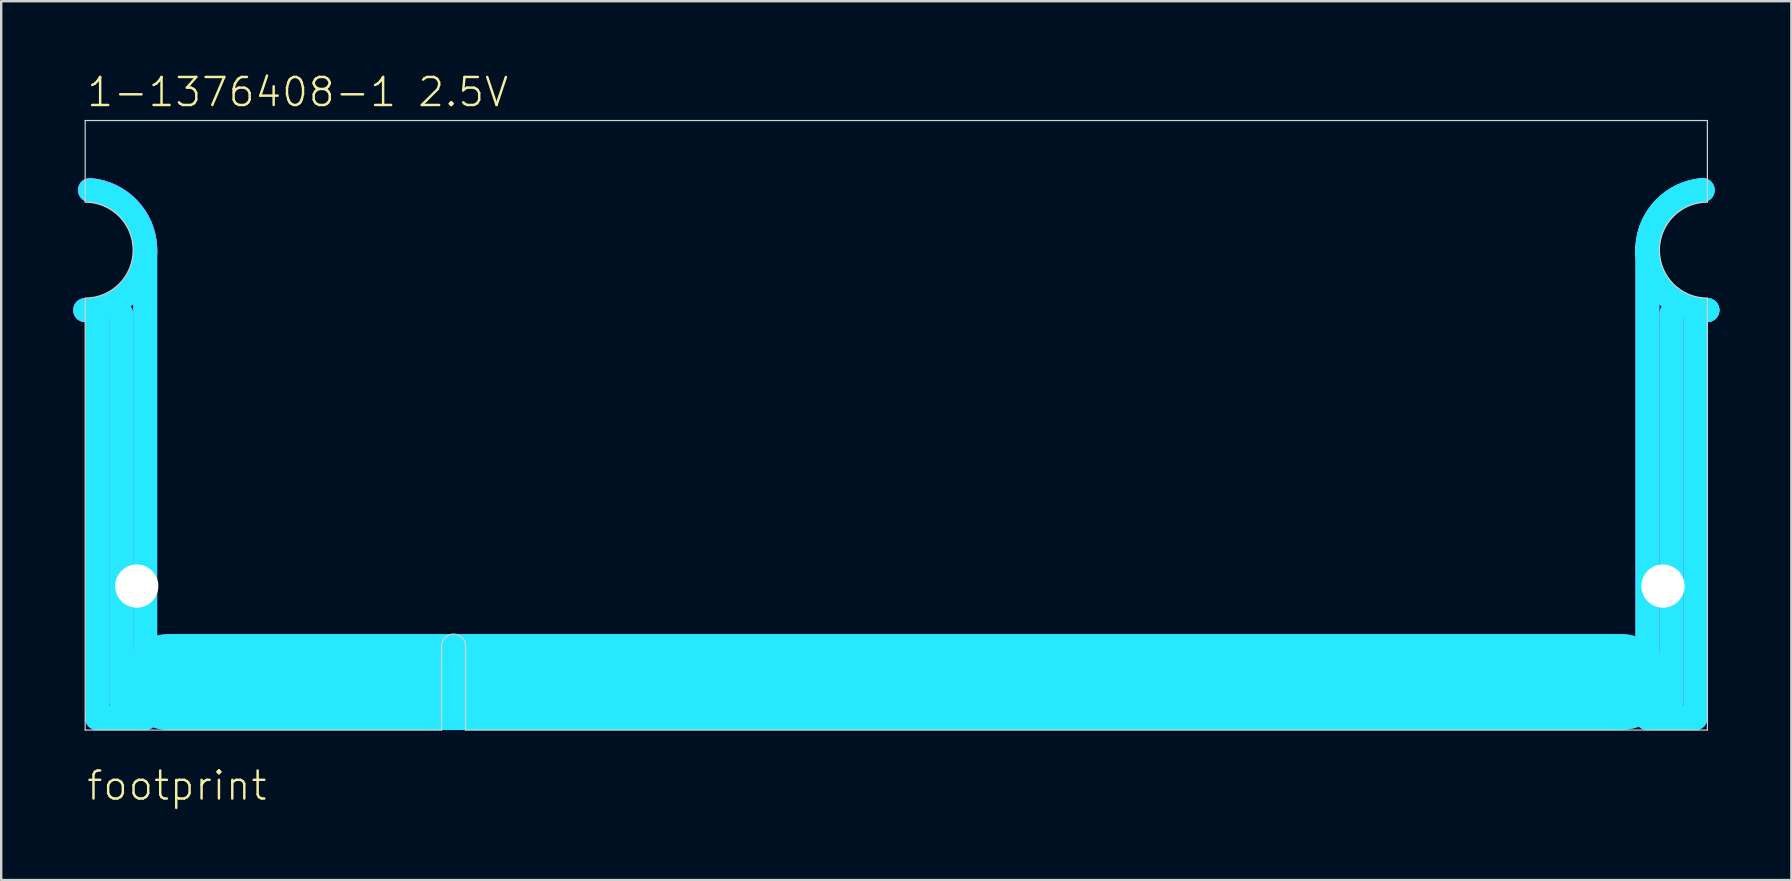
<source format=kicad_pcb>
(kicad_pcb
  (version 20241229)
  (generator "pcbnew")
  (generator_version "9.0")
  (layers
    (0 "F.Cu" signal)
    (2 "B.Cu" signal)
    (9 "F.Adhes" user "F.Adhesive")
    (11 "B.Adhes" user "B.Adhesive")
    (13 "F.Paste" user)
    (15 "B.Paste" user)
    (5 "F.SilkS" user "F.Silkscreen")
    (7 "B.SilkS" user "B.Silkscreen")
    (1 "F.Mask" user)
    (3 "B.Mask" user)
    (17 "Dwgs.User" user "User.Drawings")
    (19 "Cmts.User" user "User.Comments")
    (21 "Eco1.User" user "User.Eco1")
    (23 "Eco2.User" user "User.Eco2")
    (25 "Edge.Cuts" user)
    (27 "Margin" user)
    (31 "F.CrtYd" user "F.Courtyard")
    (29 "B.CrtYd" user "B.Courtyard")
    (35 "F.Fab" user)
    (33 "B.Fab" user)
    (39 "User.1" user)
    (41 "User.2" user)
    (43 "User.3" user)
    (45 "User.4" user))
  (footprint "footprint"
    (layer "F.Cu")
    (at 0.5 27.373)
    (property "Reference" "footprint" (at 0 3 0) (layer "F.SilkS") (effects (font (size 1.168 1.168) (thickness 0.102)) (justify left bottom)))
    (fp_line (start 1.5 1.25) (end 66.75 1.25) (stroke (width 0.4) (type solid)) (layer "F.Mask"))
    (fp_line (start 2.15 -2.35) (end 2.15 1.15) (stroke (width 0.45) (type solid)) (layer "F.Mask"))
    (fp_line (start 2.75 -2.35) (end 2.75 1.15) (stroke (width 0.45) (type solid)) (layer "F.Mask"))
    (fp_line (start 3.35 -2.35) (end 3.35 1.15) (stroke (width 0.45) (type solid)) (layer "F.Mask"))
    (fp_line (start 3.95 -2.35) (end 3.95 1.15) (stroke (width 0.45) (type solid)) (layer "F.Mask"))
    (fp_line (start 4.55 -2.35) (end 4.55 1.15) (stroke (width 0.45) (type solid)) (layer "F.Mask"))
    (fp_line (start 5.15 -2.35) (end 5.15 1.15) (stroke (width 0.45) (type solid)) (layer "F.Mask"))
    (fp_line (start 5.75 -2.35) (end 5.75 1.15) (stroke (width 0.45) (type solid)) (layer "F.Mask"))
    (fp_line (start 6.35 -2.35) (end 6.35 1.15) (stroke (width 0.45) (type solid)) (layer "F.Mask"))
    (fp_line (start 6.95 -2.35) (end 6.95 1.15) (stroke (width 0.45) (type solid)) (layer "F.Mask"))
    (fp_line (start 7.55 -2.35) (end 7.55 1.15) (stroke (width 0.45) (type solid)) (layer "F.Mask"))
    (fp_line (start 8.15 -2.35) (end 8.15 1.15) (stroke (width 0.45) (type solid)) (layer "F.Mask"))
    (fp_line (start 8.75 -2.35) (end 8.75 1.15) (stroke (width 0.45) (type solid)) (layer "F.Mask"))
    (fp_line (start 9.35 -2.35) (end 9.35 1.15) (stroke (width 0.45) (type solid)) (layer "F.Mask"))
    (fp_line (start 9.95 -2.35) (end 9.95 1.15) (stroke (width 0.45) (type solid)) (layer "F.Mask"))
    (fp_line (start 10.55 -2.35) (end 10.55 1.15) (stroke (width 0.45) (type solid)) (layer "F.Mask"))
    (fp_line (start 11.15 -2.35) (end 11.15 1.15) (stroke (width 0.45) (type solid)) (layer "F.Mask"))
    (fp_line (start 11.75 -2.35) (end 11.75 1.15) (stroke (width 0.45) (type solid)) (layer "F.Mask"))
    (fp_line (start 12.35 -2.35) (end 12.35 1.15) (stroke (width 0.45) (type solid)) (layer "F.Mask"))
    (fp_line (start 12.95 -2.35) (end 12.95 1.15) (stroke (width 0.45) (type solid)) (layer "F.Mask"))
    (fp_line (start 13.55 -2.35) (end 13.55 1.15) (stroke (width 0.45) (type solid)) (layer "F.Mask"))
    (fp_line (start 17.75 -2.35) (end 17.75 1.15) (stroke (width 0.45) (type solid)) (layer "F.Mask"))
    (fp_line (start 18.35 -2.35) (end 18.35 1.15) (stroke (width 0.45) (type solid)) (layer "F.Mask"))
    (fp_line (start 18.95 -2.35) (end 18.95 1.15) (stroke (width 0.45) (type solid)) (layer "F.Mask"))
    (fp_line (start 19.55 -2.35) (end 19.55 1.15) (stroke (width 0.45) (type solid)) (layer "F.Mask"))
    (fp_line (start 20.15 -2.35) (end 20.15 1.15) (stroke (width 0.45) (type solid)) (layer "F.Mask"))
    (fp_line (start 20.75 -2.35) (end 20.75 1.15) (stroke (width 0.45) (type solid)) (layer "F.Mask"))
    (fp_line (start 21.35 -2.35) (end 21.35 1.15) (stroke (width 0.45) (type solid)) (layer "F.Mask"))
    (fp_line (start 21.95 -2.35) (end 21.95 1.15) (stroke (width 0.45) (type solid)) (layer "F.Mask"))
    (fp_line (start 22.55 -2.35) (end 22.55 1.15) (stroke (width 0.45) (type solid)) (layer "F.Mask"))
    (fp_line (start 23.15 -2.35) (end 23.15 1.15) (stroke (width 0.45) (type solid)) (layer "F.Mask"))
    (fp_line (start 23.75 -2.35) (end 23.75 1.15) (stroke (width 0.45) (type solid)) (layer "F.Mask"))
    (fp_line (start 24.35 -2.35) (end 24.35 1.15) (stroke (width 0.45) (type solid)) (layer "F.Mask"))
    (fp_line (start 24.95 -2.35) (end 24.95 1.15) (stroke (width 0.45) (type solid)) (layer "F.Mask"))
    (fp_line (start 25.55 -2.35) (end 25.55 1.15) (stroke (width 0.45) (type solid)) (layer "F.Mask"))
    (fp_line (start 26.15 -2.35) (end 26.15 1.15) (stroke (width 0.45) (type solid)) (layer "F.Mask"))
    (fp_line (start 26.75 -2.35) (end 26.75 1.15) (stroke (width 0.45) (type solid)) (layer "F.Mask"))
    (fp_line (start 27.35 -2.35) (end 27.35 1.15) (stroke (width 0.45) (type solid)) (layer "F.Mask"))
    (fp_line (start 27.95 -2.35) (end 27.95 1.15) (stroke (width 0.45) (type solid)) (layer "F.Mask"))
    (fp_line (start 28.55 -2.35) (end 28.55 1.15) (stroke (width 0.45) (type solid)) (layer "F.Mask"))
    (fp_line (start 29.15 -2.35) (end 29.15 1.15) (stroke (width 0.45) (type solid)) (layer "F.Mask"))
    (fp_line (start 29.75 -2.35) (end 29.75 1.15) (stroke (width 0.45) (type solid)) (layer "F.Mask"))
    (fp_line (start 30.35 -2.35) (end 30.35 1.15) (stroke (width 0.45) (type solid)) (layer "F.Mask"))
    (fp_line (start 30.95 -2.35) (end 30.95 1.15) (stroke (width 0.45) (type solid)) (layer "F.Mask"))
    (fp_line (start 31.55 -2.35) (end 31.55 1.15) (stroke (width 0.45) (type solid)) (layer "F.Mask"))
    (fp_line (start 32.15 -2.35) (end 32.15 1.15) (stroke (width 0.45) (type solid)) (layer "F.Mask"))
    (fp_line (start 32.75 -2.35) (end 32.75 1.15) (stroke (width 0.45) (type solid)) (layer "F.Mask"))
    (fp_line (start 33.35 -2.35) (end 33.35 1.15) (stroke (width 0.45) (type solid)) (layer "F.Mask"))
    (fp_line (start 33.95 -2.35) (end 33.95 1.15) (stroke (width 0.45) (type solid)) (layer "F.Mask"))
    (fp_line (start 34.55 -2.35) (end 34.55 1.15) (stroke (width 0.45) (type solid)) (layer "F.Mask"))
    (fp_line (start 35.15 -2.35) (end 35.15 1.15) (stroke (width 0.45) (type solid)) (layer "F.Mask"))
    (fp_line (start 35.75 -2.35) (end 35.75 1.15) (stroke (width 0.45) (type solid)) (layer "F.Mask"))
    (fp_line (start 36.35 -2.35) (end 36.35 1.15) (stroke (width 0.45) (type solid)) (layer "F.Mask"))
    (fp_line (start 36.95 -2.35) (end 36.95 1.15) (stroke (width 0.45) (type solid)) (layer "F.Mask"))
    (fp_line (start 37.55 -2.35) (end 37.55 1.15) (stroke (width 0.45) (type solid)) (layer "F.Mask"))
    (fp_line (start 38.15 -2.35) (end 38.15 1.15) (stroke (width 0.45) (type solid)) (layer "F.Mask"))
    (fp_line (start 38.75 -2.35) (end 38.75 1.15) (stroke (width 0.45) (type solid)) (layer "F.Mask"))
    (fp_line (start 39.35 -2.35) (end 39.35 1.15) (stroke (width 0.45) (type solid)) (layer "F.Mask"))
    (fp_line (start 39.95 -2.35) (end 39.95 1.15) (stroke (width 0.45) (type solid)) (layer "F.Mask"))
    (fp_line (start 40.55 -2.35) (end 40.55 1.15) (stroke (width 0.45) (type solid)) (layer "F.Mask"))
    (fp_line (start 41.15 -2.35) (end 41.15 1.15) (stroke (width 0.45) (type solid)) (layer "F.Mask"))
    (fp_line (start 41.75 -2.35) (end 41.75 1.15) (stroke (width 0.45) (type solid)) (layer "F.Mask"))
    (fp_line (start 42.35 -2.35) (end 42.35 1.15) (stroke (width 0.45) (type solid)) (layer "F.Mask"))
    (fp_line (start 42.95 -2.35) (end 42.95 1.15) (stroke (width 0.45) (type solid)) (layer "F.Mask"))
    (fp_line (start 43.55 -2.35) (end 43.55 1.15) (stroke (width 0.45) (type solid)) (layer "F.Mask"))
    (fp_line (start 44.15 -2.35) (end 44.15 1.15) (stroke (width 0.45) (type solid)) (layer "F.Mask"))
    (fp_line (start 44.75 -2.35) (end 44.75 1.15) (stroke (width 0.45) (type solid)) (layer "F.Mask"))
    (fp_line (start 45.35 -2.35) (end 45.35 1.15) (stroke (width 0.45) (type solid)) (layer "F.Mask"))
    (fp_line (start 45.95 -2.35) (end 45.95 1.15) (stroke (width 0.45) (type solid)) (layer "F.Mask"))
    (fp_line (start 46.55 -2.35) (end 46.55 1.15) (stroke (width 0.45) (type solid)) (layer "F.Mask"))
    (fp_line (start 47.15 -2.35) (end 47.15 1.15) (stroke (width 0.45) (type solid)) (layer "F.Mask"))
    (fp_line (start 47.75 -2.35) (end 47.75 1.15) (stroke (width 0.45) (type solid)) (layer "F.Mask"))
    (fp_line (start 48.35 -2.35) (end 48.35 1.15) (stroke (width 0.45) (type solid)) (layer "F.Mask"))
    (fp_line (start 48.95 -2.35) (end 48.95 1.15) (stroke (width 0.45) (type solid)) (layer "F.Mask"))
    (fp_line (start 49.55 -2.35) (end 49.55 1.15) (stroke (width 0.45) (type solid)) (layer "F.Mask"))
    (fp_line (start 50.15 -2.35) (end 50.15 1.15) (stroke (width 0.45) (type solid)) (layer "F.Mask"))
    (fp_line (start 50.75 -2.35) (end 50.75 1.15) (stroke (width 0.45) (type solid)) (layer "F.Mask"))
    (fp_line (start 51.35 -2.35) (end 51.35 1.15) (stroke (width 0.45) (type solid)) (layer "F.Mask"))
    (fp_line (start 51.95 -2.35) (end 51.95 1.15) (stroke (width 0.45) (type solid)) (layer "F.Mask"))
    (fp_line (start 52.55 -2.35) (end 52.55 1.15) (stroke (width 0.45) (type solid)) (layer "F.Mask"))
    (fp_line (start 53.15 -2.35) (end 53.15 1.15) (stroke (width 0.45) (type solid)) (layer "F.Mask"))
    (fp_line (start 53.75 -2.35) (end 53.75 1.15) (stroke (width 0.45) (type solid)) (layer "F.Mask"))
    (fp_line (start 54.35 -2.35) (end 54.35 1.15) (stroke (width 0.45) (type solid)) (layer "F.Mask"))
    (fp_line (start 54.95 -2.35) (end 54.95 1.15) (stroke (width 0.45) (type solid)) (layer "F.Mask"))
    (fp_line (start 55.55 -2.35) (end 55.55 1.15) (stroke (width 0.45) (type solid)) (layer "F.Mask"))
    (fp_line (start 56.15 -2.35) (end 56.15 1.15) (stroke (width 0.45) (type solid)) (layer "F.Mask"))
    (fp_line (start 56.75 -2.35) (end 56.75 1.15) (stroke (width 0.45) (type solid)) (layer "F.Mask"))
    (fp_line (start 57.35 -2.35) (end 57.35 1.15) (stroke (width 0.45) (type solid)) (layer "F.Mask"))
    (fp_line (start 57.95 -2.35) (end 57.95 1.15) (stroke (width 0.45) (type solid)) (layer "F.Mask"))
    (fp_line (start 58.55 -2.35) (end 58.55 1.15) (stroke (width 0.45) (type solid)) (layer "F.Mask"))
    (fp_line (start 59.15 -2.35) (end 59.15 1.15) (stroke (width 0.45) (type solid)) (layer "F.Mask"))
    (fp_line (start 59.75 -2.35) (end 59.75 1.15) (stroke (width 0.45) (type solid)) (layer "F.Mask"))
    (fp_line (start 60.35 -2.35) (end 60.35 1.15) (stroke (width 0.45) (type solid)) (layer "F.Mask"))
    (fp_line (start 60.95 -2.35) (end 60.95 1.15) (stroke (width 0.45) (type solid)) (layer "F.Mask"))
    (fp_line (start 61.55 -2.35) (end 61.55 1.15) (stroke (width 0.45) (type solid)) (layer "F.Mask"))
    (fp_line (start 62.15 -2.35) (end 62.15 1.15) (stroke (width 0.45) (type solid)) (layer "F.Mask"))
    (fp_line (start 62.75 -2.35) (end 62.75 1.15) (stroke (width 0.45) (type solid)) (layer "F.Mask"))
    (fp_line (start 63.35 -2.35) (end 63.35 1.15) (stroke (width 0.45) (type solid)) (layer "F.Mask"))
    (fp_line (start 63.95 -2.35) (end 63.95 1.15) (stroke (width 0.45) (type solid)) (layer "F.Mask"))
    (fp_line (start 64.55 -2.35) (end 64.55 1.15) (stroke (width 0.45) (type solid)) (layer "F.Mask"))
    (fp_line (start 65.15 -2.35) (end 65.15 1.15) (stroke (width 0.45) (type solid)) (layer "F.Mask"))
    (fp_line (start 2.15 1.15) (end 2.15 -2.35) (stroke (width 0.45) (type solid)) (layer "B.Mask"))
    (fp_line (start 2.75 1.15) (end 2.75 -2.35) (stroke (width 0.45) (type solid)) (layer "B.Mask"))
    (fp_line (start 3.35 1.15) (end 3.35 -2.35) (stroke (width 0.45) (type solid)) (layer "B.Mask"))
    (fp_line (start 3.95 1.15) (end 3.95 -2.35) (stroke (width 0.45) (type solid)) (layer "B.Mask"))
    (fp_line (start 4.55 1.15) (end 4.55 -2.35) (stroke (width 0.45) (type solid)) (layer "B.Mask"))
    (fp_line (start 5.15 1.15) (end 5.15 -2.35) (stroke (width 0.45) (type solid)) (layer "B.Mask"))
    (fp_line (start 5.75 1.15) (end 5.75 -2.35) (stroke (width 0.45) (type solid)) (layer "B.Mask"))
    (fp_line (start 6.35 1.15) (end 6.35 -2.35) (stroke (width 0.45) (type solid)) (layer "B.Mask"))
    (fp_line (start 6.95 1.15) (end 6.95 -2.35) (stroke (width 0.45) (type solid)) (layer "B.Mask"))
    (fp_line (start 7.55 1.15) (end 7.55 -2.35) (stroke (width 0.45) (type solid)) (layer "B.Mask"))
    (fp_line (start 8.15 1.15) (end 8.15 -2.35) (stroke (width 0.45) (type solid)) (layer "B.Mask"))
    (fp_line (start 8.75 1.15) (end 8.75 -2.35) (stroke (width 0.45) (type solid)) (layer "B.Mask"))
    (fp_line (start 9.35 1.15) (end 9.35 -2.35) (stroke (width 0.45) (type solid)) (layer "B.Mask"))
    (fp_line (start 9.95 1.15) (end 9.95 -2.35) (stroke (width 0.45) (type solid)) (layer "B.Mask"))
    (fp_line (start 10.55 1.15) (end 10.55 -2.35) (stroke (width 0.45) (type solid)) (layer "B.Mask"))
    (fp_line (start 11.15 1.15) (end 11.15 -2.35) (stroke (width 0.45) (type solid)) (layer "B.Mask"))
    (fp_line (start 11.75 1.15) (end 11.75 -2.35) (stroke (width 0.45) (type solid)) (layer "B.Mask"))
    (fp_line (start 12.35 1.15) (end 12.35 -2.35) (stroke (width 0.45) (type solid)) (layer "B.Mask"))
    (fp_line (start 12.95 1.15) (end 12.95 -2.35) (stroke (width 0.45) (type solid)) (layer "B.Mask"))
    (fp_line (start 13.55 1.15) (end 13.55 -2.35) (stroke (width 0.45) (type solid)) (layer "B.Mask"))
    (fp_line (start 17.75 1.15) (end 17.75 -2.35) (stroke (width 0.45) (type solid)) (layer "B.Mask"))
    (fp_line (start 18.35 1.15) (end 18.35 -2.35) (stroke (width 0.45) (type solid)) (layer "B.Mask"))
    (fp_line (start 18.95 1.15) (end 18.95 -2.35) (stroke (width 0.45) (type solid)) (layer "B.Mask"))
    (fp_line (start 19.55 1.15) (end 19.55 -2.35) (stroke (width 0.45) (type solid)) (layer "B.Mask"))
    (fp_line (start 20.15 1.15) (end 20.15 -2.35) (stroke (width 0.45) (type solid)) (layer "B.Mask"))
    (fp_line (start 20.75 1.15) (end 20.75 -2.35) (stroke (width 0.45) (type solid)) (layer "B.Mask"))
    (fp_line (start 21.35 1.15) (end 21.35 -2.35) (stroke (width 0.45) (type solid)) (layer "B.Mask"))
    (fp_line (start 21.95 1.15) (end 21.95 -2.35) (stroke (width 0.45) (type solid)) (layer "B.Mask"))
    (fp_line (start 22.55 1.15) (end 22.55 -2.35) (stroke (width 0.45) (type solid)) (layer "B.Mask"))
    (fp_line (start 23.15 1.15) (end 23.15 -2.35) (stroke (width 0.45) (type solid)) (layer "B.Mask"))
    (fp_line (start 23.75 1.15) (end 23.75 -2.35) (stroke (width 0.45) (type solid)) (layer "B.Mask"))
    (fp_line (start 24.35 1.15) (end 24.35 -2.35) (stroke (width 0.45) (type solid)) (layer "B.Mask"))
    (fp_line (start 24.95 1.15) (end 24.95 -2.35) (stroke (width 0.45) (type solid)) (layer "B.Mask"))
    (fp_line (start 25.55 1.15) (end 25.55 -2.35) (stroke (width 0.45) (type solid)) (layer "B.Mask"))
    (fp_line (start 26.15 1.15) (end 26.15 -2.35) (stroke (width 0.45) (type solid)) (layer "B.Mask"))
    (fp_line (start 26.75 1.15) (end 26.75 -2.35) (stroke (width 0.45) (type solid)) (layer "B.Mask"))
    (fp_line (start 27.35 1.15) (end 27.35 -2.35) (stroke (width 0.45) (type solid)) (layer "B.Mask"))
    (fp_line (start 27.95 1.15) (end 27.95 -2.35) (stroke (width 0.45) (type solid)) (layer "B.Mask"))
    (fp_line (start 28.55 1.15) (end 28.55 -2.35) (stroke (width 0.45) (type solid)) (layer "B.Mask"))
    (fp_line (start 29.15 1.15) (end 29.15 -2.35) (stroke (width 0.45) (type solid)) (layer "B.Mask"))
    (fp_line (start 29.75 1.15) (end 29.75 -2.35) (stroke (width 0.45) (type solid)) (layer "B.Mask"))
    (fp_line (start 30.35 1.15) (end 30.35 -2.35) (stroke (width 0.45) (type solid)) (layer "B.Mask"))
    (fp_line (start 30.95 1.15) (end 30.95 -2.35) (stroke (width 0.45) (type solid)) (layer "B.Mask"))
    (fp_line (start 31.55 1.15) (end 31.55 -2.35) (stroke (width 0.45) (type solid)) (layer "B.Mask"))
    (fp_line (start 32.15 1.15) (end 32.15 -2.35) (stroke (width 0.45) (type solid)) (layer "B.Mask"))
    (fp_line (start 32.75 1.15) (end 32.75 -2.35) (stroke (width 0.45) (type solid)) (layer "B.Mask"))
    (fp_line (start 33.35 1.15) (end 33.35 -2.35) (stroke (width 0.45) (type solid)) (layer "B.Mask"))
    (fp_line (start 33.95 1.15) (end 33.95 -2.35) (stroke (width 0.45) (type solid)) (layer "B.Mask"))
    (fp_line (start 34.55 1.15) (end 34.55 -2.35) (stroke (width 0.45) (type solid)) (layer "B.Mask"))
    (fp_line (start 35.15 1.15) (end 35.15 -2.35) (stroke (width 0.45) (type solid)) (layer "B.Mask"))
    (fp_line (start 35.75 1.15) (end 35.75 -2.35) (stroke (width 0.45) (type solid)) (layer "B.Mask"))
    (fp_line (start 36.35 1.15) (end 36.35 -2.35) (stroke (width 0.45) (type solid)) (layer "B.Mask"))
    (fp_line (start 36.95 1.15) (end 36.95 -2.35) (stroke (width 0.45) (type solid)) (layer "B.Mask"))
    (fp_line (start 37.55 1.15) (end 37.55 -2.35) (stroke (width 0.45) (type solid)) (layer "B.Mask"))
    (fp_line (start 38.15 1.15) (end 38.15 -2.35) (stroke (width 0.45) (type solid)) (layer "B.Mask"))
    (fp_line (start 38.75 1.15) (end 38.75 -2.35) (stroke (width 0.45) (type solid)) (layer "B.Mask"))
    (fp_line (start 39.35 1.15) (end 39.35 -2.35) (stroke (width 0.45) (type solid)) (layer "B.Mask"))
    (fp_line (start 39.95 1.15) (end 39.95 -2.35) (stroke (width 0.45) (type solid)) (layer "B.Mask"))
    (fp_line (start 40.55 1.15) (end 40.55 -2.35) (stroke (width 0.45) (type solid)) (layer "B.Mask"))
    (fp_line (start 41.15 1.15) (end 41.15 -2.35) (stroke (width 0.45) (type solid)) (layer "B.Mask"))
    (fp_line (start 41.75 1.15) (end 41.75 -2.35) (stroke (width 0.45) (type solid)) (layer "B.Mask"))
    (fp_line (start 42.35 1.15) (end 42.35 -2.35) (stroke (width 0.45) (type solid)) (layer "B.Mask"))
    (fp_line (start 42.95 1.15) (end 42.95 -2.35) (stroke (width 0.45) (type solid)) (layer "B.Mask"))
    (fp_line (start 43.55 1.15) (end 43.55 -2.35) (stroke (width 0.45) (type solid)) (layer "B.Mask"))
    (fp_line (start 44.15 1.15) (end 44.15 -2.35) (stroke (width 0.45) (type solid)) (layer "B.Mask"))
    (fp_line (start 44.75 1.15) (end 44.75 -2.35) (stroke (width 0.45) (type solid)) (layer "B.Mask"))
    (fp_line (start 45.35 1.15) (end 45.35 -2.35) (stroke (width 0.45) (type solid)) (layer "B.Mask"))
    (fp_line (start 45.95 1.15) (end 45.95 -2.35) (stroke (width 0.45) (type solid)) (layer "B.Mask"))
    (fp_line (start 46.55 1.15) (end 46.55 -2.35) (stroke (width 0.45) (type solid)) (layer "B.Mask"))
    (fp_line (start 47.15 1.15) (end 47.15 -2.35) (stroke (width 0.45) (type solid)) (layer "B.Mask"))
    (fp_line (start 47.75 1.15) (end 47.75 -2.35) (stroke (width 0.45) (type solid)) (layer "B.Mask"))
    (fp_line (start 48.35 1.15) (end 48.35 -2.35) (stroke (width 0.45) (type solid)) (layer "B.Mask"))
    (fp_line (start 48.95 1.15) (end 48.95 -2.35) (stroke (width 0.45) (type solid)) (layer "B.Mask"))
    (fp_line (start 49.55 1.15) (end 49.55 -2.35) (stroke (width 0.45) (type solid)) (layer "B.Mask"))
    (fp_line (start 50.15 1.15) (end 50.15 -2.35) (stroke (width 0.45) (type solid)) (layer "B.Mask"))
    (fp_line (start 50.75 1.15) (end 50.75 -2.35) (stroke (width 0.45) (type solid)) (layer "B.Mask"))
    (fp_line (start 51.35 1.15) (end 51.35 -2.35) (stroke (width 0.45) (type solid)) (layer "B.Mask"))
    (fp_line (start 51.95 1.15) (end 51.95 -2.35) (stroke (width 0.45) (type solid)) (layer "B.Mask"))
    (fp_line (start 52.55 1.15) (end 52.55 -2.35) (stroke (width 0.45) (type solid)) (layer "B.Mask"))
    (fp_line (start 53.15 1.15) (end 53.15 -2.35) (stroke (width 0.45) (type solid)) (layer "B.Mask"))
    (fp_line (start 53.75 1.15) (end 53.75 -2.35) (stroke (width 0.45) (type solid)) (layer "B.Mask"))
    (fp_line (start 54.35 1.15) (end 54.35 -2.35) (stroke (width 0.45) (type solid)) (layer "B.Mask"))
    (fp_line (start 54.95 1.15) (end 54.95 -2.35) (stroke (width 0.45) (type solid)) (layer "B.Mask"))
    (fp_line (start 55.55 1.15) (end 55.55 -2.35) (stroke (width 0.45) (type solid)) (layer "B.Mask"))
    (fp_line (start 56.15 1.15) (end 56.15 -2.35) (stroke (width 0.45) (type solid)) (layer "B.Mask"))
    (fp_line (start 56.75 1.15) (end 56.75 -2.35) (stroke (width 0.45) (type solid)) (layer "B.Mask"))
    (fp_line (start 57.35 1.15) (end 57.35 -2.35) (stroke (width 0.45) (type solid)) (layer "B.Mask"))
    (fp_line (start 57.95 1.15) (end 57.95 -2.35) (stroke (width 0.45) (type solid)) (layer "B.Mask"))
    (fp_line (start 58.55 1.15) (end 58.55 -2.35) (stroke (width 0.45) (type solid)) (layer "B.Mask"))
    (fp_line (start 59.15 1.15) (end 59.15 -2.35) (stroke (width 0.45) (type solid)) (layer "B.Mask"))
    (fp_line (start 59.75 1.15) (end 59.75 -2.35) (stroke (width 0.45) (type solid)) (layer "B.Mask"))
    (fp_line (start 60.35 1.15) (end 60.35 -2.35) (stroke (width 0.45) (type solid)) (layer "B.Mask"))
    (fp_line (start 60.95 1.15) (end 60.95 -2.35) (stroke (width 0.45) (type solid)) (layer "B.Mask"))
    (fp_line (start 61.55 1.15) (end 61.55 -2.35) (stroke (width 0.45) (type solid)) (layer "B.Mask"))
    (fp_line (start 62.15 1.15) (end 62.15 -2.35) (stroke (width 0.45) (type solid)) (layer "B.Mask"))
    (fp_line (start 62.75 1.15) (end 62.75 -2.35) (stroke (width 0.45) (type solid)) (layer "B.Mask"))
    (fp_line (start 63.35 1.15) (end 63.35 -2.35) (stroke (width 0.45) (type solid)) (layer "B.Mask"))
    (fp_line (start 63.95 1.15) (end 63.95 -2.35) (stroke (width 0.45) (type solid)) (layer "B.Mask"))
    (fp_line (start 64.55 1.15) (end 64.55 -2.35) (stroke (width 0.45) (type solid)) (layer "B.Mask"))
    (fp_line (start 65.15 1.15) (end 65.15 -2.35) (stroke (width 0.45) (type solid)) (layer "B.Mask"))
    (fp_line (start 66.75 1.25) (end 1.5 1.25) (stroke (width 0.4) (type solid)) (layer "B.Mask"))
    (fp_line (start 0 -25.4) (end 0 -22) (stroke (width 0.05) (type solid)) (layer "Edge.Cuts"))
    (fp_line (start 0 -25.4) (end 67.6 -25.4) (stroke (width 0.05) (type solid)) (layer "Edge.Cuts"))
    (fp_line (start 0 -18) (end 0 0) (stroke (width 0.05) (type solid)) (layer "Edge.Cuts"))
    (fp_line (start 14.85 0) (end 0 0) (stroke (width 0.05) (type solid)) (layer "Edge.Cuts"))
    (fp_line (start 14.85 0) (end 14.85 -3.5) (stroke (width 0.05) (type solid)) (layer "Edge.Cuts"))
    (fp_line (start 15.85 0) (end 15.85 -3.5) (stroke (width 0.05) (type solid)) (layer "Edge.Cuts"))
    (fp_line (start 15.85 0) (end 67.6 0) (stroke (width 0.05) (type solid)) (layer "Edge.Cuts"))
    (fp_line (start 67.6 -22) (end 67.6 -25.4) (stroke (width 0.05) (type solid)) (layer "Edge.Cuts"))
    (fp_line (start 67.6 0) (end 67.6 -18) (stroke (width 0.05) (type solid)) (layer "Edge.Cuts"))
    (fp_arc (start 0 -22) (mid 2 -20) (end 0 -18) (stroke (width 0.05) (type solid)) (layer "Edge.Cuts"))
    (fp_arc (start 14.85 -3.5) (mid 15.35 -4) (end 15.85 -3.5) (stroke (width 0.05) (type solid)) (layer "Edge.Cuts"))
    (fp_arc (start 67.6 -18) (mid 65.6 -20) (end 67.6 -22) (stroke (width 0.05) (type solid)) (layer "Edge.Cuts"))
    (fp_line (start 0.5 -0.5) (end 0.5 -17.55) (stroke (width 1) (type solid)) (layer "B.CrtYd"))
    (fp_line (start 1.5 -17.35) (end 1.5 -1.15) (stroke (width 1) (type solid)) (layer "B.CrtYd"))
    (fp_line (start 2.5 -20) (end 2.5 -0.5) (stroke (width 1) (type solid)) (layer "B.CrtYd"))
    (fp_line (start 2.5 -0.5) (end 0.5 -0.5) (stroke (width 1) (type solid)) (layer "B.CrtYd"))
    (fp_line (start 64 -2) (end 3.5 -2) (stroke (width 4) (type solid)) (layer "B.CrtYd"))
    (fp_line (start 65.1 -20) (end 65.1 -0.5) (stroke (width 1) (type solid)) (layer "B.CrtYd"))
    (fp_line (start 65.1 -0.5) (end 67.1 -0.5) (stroke (width 1) (type solid)) (layer "B.CrtYd"))
    (fp_line (start 66.1 -17.35) (end 66.1 -1.15) (stroke (width 1) (type solid)) (layer "B.CrtYd"))
    (fp_line (start 67.1 -0.5) (end 67.1 -17.55) (stroke (width 1) (type solid)) (layer "B.CrtYd"))
    (fp_arc (start 0.2 -22.5) (mid 1.802154 -21.733314) (end 2.5 -20.1) (stroke (width 1) (type solid)) (layer "B.CrtYd"))
    (fp_arc (start 2.499999 -19.999999) (mid 1.779499 -18.2205) (end 0 -17.5) (stroke (width 1) (type solid)) (layer "B.CrtYd"))
    (fp_arc (start 65.1 -20.1) (mid 65.797846 -21.733314) (end 67.4 -22.5) (stroke (width 1) (type solid)) (layer "B.CrtYd"))
    (fp_arc (start 65.1 -20.1) (mid 65.797846 -21.733314) (end 67.4 -22.5) (stroke (width 1) (type solid)) (layer "B.CrtYd"))
    (fp_arc (start 65.1 -20.1) (mid 65.797846 -21.733314) (end 67.4 -22.5) (stroke (width 1) (type solid)) (layer "B.CrtYd"))
    (fp_arc (start 67.6 -17.5) (mid 65.820501 -18.220499) (end 65.1 -19.999998) (stroke (width 1) (type solid)) (layer "B.CrtYd"))
    (fp_arc (start 67.6 -17.5) (mid 65.820501 -18.220499) (end 65.1 -19.999998) (stroke (width 1) (type solid)) (layer "B.CrtYd"))
    (fp_arc (start 67.6 -17.5) (mid 65.820501 -18.220499) (end 65.1 -19.999998) (stroke (width 1) (type solid)) (layer "B.CrtYd"))
    (fp_line (start 0.5 -0.5) (end 0.5 -17.55) (stroke (width 1) (type solid)) (layer "F.CrtYd"))
    (fp_line (start 1.5 -17.35) (end 1.5 -1.15) (stroke (width 1) (type solid)) (layer "F.CrtYd"))
    (fp_line (start 2.5 -20) (end 2.5 -0.5) (stroke (width 1) (type solid)) (layer "F.CrtYd"))
    (fp_line (start 2.5 -0.5) (end 0.5 -0.5) (stroke (width 1) (type solid)) (layer "F.CrtYd"))
    (fp_line (start 3.5 -2) (end 64 -2) (stroke (width 4) (type solid)) (layer "F.CrtYd"))
    (fp_line (start 65.1 -20) (end 65.1 -0.5) (stroke (width 1) (type solid)) (layer "F.CrtYd"))
    (fp_line (start 65.1 -0.5) (end 67.1 -0.5) (stroke (width 1) (type solid)) (layer "F.CrtYd"))
    (fp_line (start 66.1 -17.35) (end 66.1 -1.15) (stroke (width 1) (type solid)) (layer "F.CrtYd"))
    (fp_line (start 67.1 -0.5) (end 67.1 -17.55) (stroke (width 1) (type solid)) (layer "F.CrtYd"))
    (fp_arc (start 0.2 -22.5) (mid 1.802154 -21.733314) (end 2.5 -20.1) (stroke (width 1) (type solid)) (layer "F.CrtYd"))
    (fp_arc (start 0.2 -22.5) (mid 1.802154 -21.733314) (end 2.5 -20.1) (stroke (width 1) (type solid)) (layer "F.CrtYd"))
    (fp_arc (start 0.2 -22.5) (mid 1.802154 -21.733314) (end 2.5 -20.1) (stroke (width 1) (type solid)) (layer "F.CrtYd"))
    (fp_arc (start 2.499999 -19.999999) (mid 1.779499 -18.2205) (end 0 -17.5) (stroke (width 1) (type solid)) (layer "F.CrtYd"))
    (fp_arc (start 2.499999 -19.999999) (mid 1.779499 -18.2205) (end 0 -17.5) (stroke (width 1) (type solid)) (layer "F.CrtYd"))
    (fp_arc (start 2.499999 -19.999999) (mid 1.779499 -18.2205) (end 0 -17.5) (stroke (width 1) (type solid)) (layer "F.CrtYd"))
    (fp_arc (start 65.1 -20.1) (mid 65.797846 -21.733314) (end 67.4 -22.5) (stroke (width 1) (type solid)) (layer "F.CrtYd"))
    (fp_arc (start 67.6 -17.5) (mid 65.820501 -18.220499) (end 65.1 -19.999998) (stroke (width 1) (type solid)) (layer "F.CrtYd"))
    (fp_text user "1-1376408-1 2.5V" (at 0 -25.9 0) (layer "F.SilkS") (effects (font (size 1.168 1.168) (thickness 0.102)) (justify left bottom)))
    (pad "" np_thru_hole circle (at 2.15 -6) (size 1.8 1.8) (drill 1.8) (layers "*.Cu" "*.Mask"))
    (pad "" np_thru_hole circle (at 65.75 -6) (size 1.8 1.8) (drill 1.8) (layers "*.Cu" "*.Mask"))
    (pad "1" smd rect (at 2.15 -1.4) (size 0.45 2.3) (layers "F.Cu" "F.Mask" "F.Paste"))
    (pad "2" smd rect (at 2.15 -1.4 180) (size 0.45 2.3) (layers "B.Cu" "B.Mask" "B.Paste"))
    (pad "3" smd rect (at 2.75 -1.4) (size 0.45 2.3) (layers "F.Cu" "F.Mask" "F.Paste"))
    (pad "4" smd rect (at 2.75 -1.4 180) (size 0.45 2.3) (layers "B.Cu" "B.Mask" "B.Paste"))
    (pad "5" smd rect (at 3.35 -1.4) (size 0.45 2.3) (layers "F.Cu" "F.Mask" "F.Paste"))
    (pad "6" smd rect (at 3.35 -1.4 180) (size 0.45 2.3) (layers "B.Cu" "B.Mask" "B.Paste"))
    (pad "7" smd rect (at 3.95 -1.4) (size 0.45 2.3) (layers "F.Cu" "F.Mask" "F.Paste"))
    (pad "8" smd rect (at 3.95 -1.4 180) (size 0.45 2.3) (layers "B.Cu" "B.Mask" "B.Paste"))
    (pad "9" smd rect (at 4.55 -1.4) (size 0.45 2.3) (layers "F.Cu" "F.Mask" "F.Paste"))
    (pad "10" smd rect (at 4.55 -1.4 180) (size 0.45 2.3) (layers "B.Cu" "B.Mask" "B.Paste"))
    (pad "11" smd rect (at 5.15 -1.4) (size 0.45 2.3) (layers "F.Cu" "F.Mask" "F.Paste"))
    (pad "12" smd rect (at 5.15 -1.4 180) (size 0.45 2.3) (layers "B.Cu" "B.Mask" "B.Paste"))
    (pad "13" smd rect (at 5.75 -1.4) (size 0.45 2.3) (layers "F.Cu" "F.Mask" "F.Paste"))
    (pad "14" smd rect (at 5.75 -1.4 180) (size 0.45 2.3) (layers "B.Cu" "B.Mask" "B.Paste"))
    (pad "15" smd rect (at 6.35 -1.4) (size 0.45 2.3) (layers "F.Cu" "F.Mask" "F.Paste"))
    (pad "16" smd rect (at 6.35 -1.4 180) (size 0.45 2.3) (layers "B.Cu" "B.Mask" "B.Paste"))
    (pad "17" smd rect (at 6.95 -1.4) (size 0.45 2.3) (layers "F.Cu" "F.Mask" "F.Paste"))
    (pad "18" smd rect (at 6.95 -1.4 180) (size 0.45 2.3) (layers "B.Cu" "B.Mask" "B.Paste"))
    (pad "19" smd rect (at 7.55 -1.4) (size 0.45 2.3) (layers "F.Cu" "F.Mask" "F.Paste"))
    (pad "20" smd rect (at 7.55 -1.4 180) (size 0.45 2.3) (layers "B.Cu" "B.Mask" "B.Paste"))
    (pad "21" smd rect (at 8.15 -1.4) (size 0.45 2.3) (layers "F.Cu" "F.Mask" "F.Paste"))
    (pad "22" smd rect (at 8.15 -1.4 180) (size 0.45 2.3) (layers "B.Cu" "B.Mask" "B.Paste"))
    (pad "23" smd rect (at 8.75 -1.4) (size 0.45 2.3) (layers "F.Cu" "F.Mask" "F.Paste"))
    (pad "24" smd rect (at 8.75 -1.4 180) (size 0.45 2.3) (layers "B.Cu" "B.Mask" "B.Paste"))
    (pad "25" smd rect (at 9.35 -1.4) (size 0.45 2.3) (layers "F.Cu" "F.Mask" "F.Paste"))
    (pad "26" smd rect (at 9.35 -1.4 180) (size 0.45 2.3) (layers "B.Cu" "B.Mask" "B.Paste"))
    (pad "27" smd rect (at 9.95 -1.4) (size 0.45 2.3) (layers "F.Cu" "F.Mask" "F.Paste"))
    (pad "28" smd rect (at 9.95 -1.4 180) (size 0.45 2.3) (layers "B.Cu" "B.Mask" "B.Paste"))
    (pad "29" smd rect (at 10.55 -1.4) (size 0.45 2.3) (layers "F.Cu" "F.Mask" "F.Paste"))
    (pad "30" smd rect (at 10.55 -1.4 180) (size 0.45 2.3) (layers "B.Cu" "B.Mask" "B.Paste"))
    (pad "31" smd rect (at 11.15 -1.4) (size 0.45 2.3) (layers "F.Cu" "F.Mask" "F.Paste"))
    (pad "32" smd rect (at 11.15 -1.4 180) (size 0.45 2.3) (layers "B.Cu" "B.Mask" "B.Paste"))
    (pad "33" smd rect (at 11.75 -1.4) (size 0.45 2.3) (layers "F.Cu" "F.Mask" "F.Paste"))
    (pad "34" smd rect (at 11.75 -1.4 180) (size 0.45 2.3) (layers "B.Cu" "B.Mask" "B.Paste"))
    (pad "35" smd rect (at 12.35 -1.4) (size 0.45 2.3) (layers "F.Cu" "F.Mask" "F.Paste"))
    (pad "36" smd rect (at 12.35 -1.4 180) (size 0.45 2.3) (layers "B.Cu" "B.Mask" "B.Paste"))
    (pad "37" smd rect (at 12.95 -1.4) (size 0.45 2.3) (layers "F.Cu" "F.Mask" "F.Paste"))
    (pad "38" smd rect (at 12.95 -1.4 180) (size 0.45 2.3) (layers "B.Cu" "B.Mask" "B.Paste"))
    (pad "39" smd rect (at 13.55 -1.4) (size 0.45 2.3) (layers "F.Cu" "F.Mask" "F.Paste"))
    (pad "40" smd rect (at 13.55 -1.4 180) (size 0.45 2.3) (layers "B.Cu" "B.Mask" "B.Paste"))
    (pad "41" smd rect (at 17.75 -1.4) (size 0.45 2.3) (layers "F.Cu" "F.Mask" "F.Paste"))
    (pad "42" smd rect (at 17.75 -1.4 180) (size 0.45 2.3) (layers "B.Cu" "B.Mask" "B.Paste"))
    (pad "43" smd rect (at 18.35 -1.4) (size 0.45 2.3) (layers "F.Cu" "F.Mask" "F.Paste"))
    (pad "44" smd rect (at 18.35 -1.4 180) (size 0.45 2.3) (layers "B.Cu" "B.Mask" "B.Paste"))
    (pad "45" smd rect (at 18.95 -1.4) (size 0.45 2.3) (layers "F.Cu" "F.Mask" "F.Paste"))
    (pad "46" smd rect (at 18.95 -1.4 180) (size 0.45 2.3) (layers "B.Cu" "B.Mask" "B.Paste"))
    (pad "47" smd rect (at 19.55 -1.4) (size 0.45 2.3) (layers "F.Cu" "F.Mask" "F.Paste"))
    (pad "48" smd rect (at 19.55 -1.4 180) (size 0.45 2.3) (layers "B.Cu" "B.Mask" "B.Paste"))
    (pad "49" smd rect (at 20.15 -1.4) (size 0.45 2.3) (layers "F.Cu" "F.Mask" "F.Paste"))
    (pad "50" smd rect (at 20.15 -1.4 180) (size 0.45 2.3) (layers "B.Cu" "B.Mask" "B.Paste"))
    (pad "51" smd rect (at 20.75 -1.4) (size 0.45 2.3) (layers "F.Cu" "F.Mask" "F.Paste"))
    (pad "52" smd rect (at 20.75 -1.4 180) (size 0.45 2.3) (layers "B.Cu" "B.Mask" "B.Paste"))
    (pad "53" smd rect (at 21.35 -1.4) (size 0.45 2.3) (layers "F.Cu" "F.Mask" "F.Paste"))
    (pad "54" smd rect (at 21.35 -1.4 180) (size 0.45 2.3) (layers "B.Cu" "B.Mask" "B.Paste"))
    (pad "55" smd rect (at 21.95 -1.4) (size 0.45 2.3) (layers "F.Cu" "F.Mask" "F.Paste"))
    (pad "56" smd rect (at 21.95 -1.4 180) (size 0.45 2.3) (layers "B.Cu" "B.Mask" "B.Paste"))
    (pad "57" smd rect (at 22.55 -1.4) (size 0.45 2.3) (layers "F.Cu" "F.Mask" "F.Paste"))
    (pad "58" smd rect (at 22.55 -1.4 180) (size 0.45 2.3) (layers "B.Cu" "B.Mask" "B.Paste"))
    (pad "59" smd rect (at 23.15 -1.4) (size 0.45 2.3) (layers "F.Cu" "F.Mask" "F.Paste"))
    (pad "60" smd rect (at 23.15 -1.4 180) (size 0.45 2.3) (layers "B.Cu" "B.Mask" "B.Paste"))
    (pad "61" smd rect (at 23.75 -1.4) (size 0.45 2.3) (layers "F.Cu" "F.Mask" "F.Paste"))
    (pad "62" smd rect (at 23.75 -1.4) (size 0.45 2.3) (layers "B.Cu" "B.Mask" "B.Paste"))
    (pad "63" smd rect (at 24.35 -1.4) (size 0.45 2.3) (layers "F.Cu" "F.Mask" "F.Paste"))
    (pad "64" smd rect (at 24.35 -1.4 180) (size 0.45 2.3) (layers "B.Cu" "B.Mask" "B.Paste"))
    (pad "65" smd rect (at 24.95 -1.4) (size 0.45 2.3) (layers "F.Cu" "F.Mask" "F.Paste"))
    (pad "66" smd rect (at 24.95 -1.4 180) (size 0.45 2.3) (layers "B.Cu" "B.Mask" "B.Paste"))
    (pad "67" smd rect (at 25.55 -1.4) (size 0.45 2.3) (layers "F.Cu" "F.Mask" "F.Paste"))
    (pad "68" smd rect (at 25.55 -1.4 180) (size 0.45 2.3) (layers "B.Cu" "B.Mask" "B.Paste"))
    (pad "69" smd rect (at 26.15 -1.4) (size 0.45 2.3) (layers "F.Cu" "F.Mask" "F.Paste"))
    (pad "70" smd rect (at 26.15 -1.4 180) (size 0.45 2.3) (layers "B.Cu" "B.Mask" "B.Paste"))
    (pad "71" smd rect (at 26.75 -1.4) (size 0.45 2.3) (layers "F.Cu" "F.Mask" "F.Paste"))
    (pad "72" smd rect (at 26.75 -1.4 180) (size 0.45 2.3) (layers "B.Cu" "B.Mask" "B.Paste"))
    (pad "73" smd rect (at 27.35 -1.4) (size 0.45 2.3) (layers "F.Cu" "F.Mask" "F.Paste"))
    (pad "74" smd rect (at 27.35 -1.4 180) (size 0.45 2.3) (layers "B.Cu" "B.Mask" "B.Paste"))
    (pad "75" smd rect (at 27.95 -1.4) (size 0.45 2.3) (layers "F.Cu" "F.Mask" "F.Paste"))
    (pad "76" smd rect (at 27.95 -1.4 180) (size 0.45 2.3) (layers "B.Cu" "B.Mask" "B.Paste"))
    (pad "77" smd rect (at 28.55 -1.4) (size 0.45 2.3) (layers "F.Cu" "F.Mask" "F.Paste"))
    (pad "78" smd rect (at 28.55 -1.4 180) (size 0.45 2.3) (layers "B.Cu" "B.Mask" "B.Paste"))
    (pad "79" smd rect (at 29.15 -1.4) (size 0.45 2.3) (layers "F.Cu" "F.Mask" "F.Paste"))
    (pad "80" smd rect (at 29.15 -1.4 180) (size 0.45 2.3) (layers "B.Cu" "B.Mask" "B.Paste"))
    (pad "81" smd rect (at 29.75 -1.4) (size 0.45 2.3) (layers "F.Cu" "F.Mask" "F.Paste"))
    (pad "82" smd rect (at 29.75 -1.4 180) (size 0.45 2.3) (layers "B.Cu" "B.Mask" "B.Paste"))
    (pad "83" smd rect (at 30.35 -1.4) (size 0.45 2.3) (layers "F.Cu" "F.Mask" "F.Paste"))
    (pad "84" smd rect (at 30.35 -1.4 180) (size 0.45 2.3) (layers "B.Cu" "B.Mask" "B.Paste"))
    (pad "85" smd rect (at 30.95 -1.4) (size 0.45 2.3) (layers "F.Cu" "F.Mask" "F.Paste"))
    (pad "86" smd rect (at 30.95 -1.4 180) (size 0.45 2.3) (layers "B.Cu" "B.Mask" "B.Paste"))
    (pad "87" smd rect (at 31.55 -1.4) (size 0.45 2.3) (layers "F.Cu" "F.Mask" "F.Paste"))
    (pad "88" smd rect (at 31.55 -1.4 180) (size 0.45 2.3) (layers "B.Cu" "B.Mask" "B.Paste"))
    (pad "89" smd rect (at 32.15 -1.4) (size 0.45 2.3) (layers "F.Cu" "F.Mask" "F.Paste"))
    (pad "90" smd rect (at 32.15 -1.4 180) (size 0.45 2.3) (layers "B.Cu" "B.Mask" "B.Paste"))
    (pad "91" smd rect (at 32.75 -1.4) (size 0.45 2.3) (layers "F.Cu" "F.Mask" "F.Paste"))
    (pad "92" smd rect (at 32.75 -1.4 180) (size 0.45 2.3) (layers "B.Cu" "B.Mask" "B.Paste"))
    (pad "93" smd rect (at 33.35 -1.4) (size 0.45 2.3) (layers "F.Cu" "F.Mask" "F.Paste"))
    (pad "94" smd rect (at 33.35 -1.4 180) (size 0.45 2.3) (layers "B.Cu" "B.Mask" "B.Paste"))
    (pad "95" smd rect (at 33.95 -1.4) (size 0.45 2.3) (layers "F.Cu" "F.Mask" "F.Paste"))
    (pad "96" smd rect (at 33.95 -1.4 180) (size 0.45 2.3) (layers "B.Cu" "B.Mask" "B.Paste"))
    (pad "97" smd rect (at 34.55 -1.4) (size 0.45 2.3) (layers "F.Cu" "F.Mask" "F.Paste"))
    (pad "98" smd rect (at 34.55 -1.4 180) (size 0.45 2.3) (layers "B.Cu" "B.Mask" "B.Paste"))
    (pad "99" smd rect (at 35.15 -1.4) (size 0.45 2.3) (layers "F.Cu" "F.Mask" "F.Paste"))
    (pad "100" smd rect (at 35.15 -1.4 180) (size 0.45 2.3) (layers "B.Cu" "B.Mask" "B.Paste"))
    (pad "101" smd rect (at 35.75 -1.4) (size 0.45 2.3) (layers "F.Cu" "F.Mask" "F.Paste"))
    (pad "102" smd rect (at 35.75 -1.4 180) (size 0.45 2.3) (layers "B.Cu" "B.Mask" "B.Paste"))
    (pad "103" smd rect (at 36.35 -1.4) (size 0.45 2.3) (layers "F.Cu" "F.Mask" "F.Paste"))
    (pad "104" smd rect (at 36.35 -1.4 180) (size 0.45 2.3) (layers "B.Cu" "B.Mask" "B.Paste"))
    (pad "105" smd rect (at 36.95 -1.4) (size 0.45 2.3) (layers "F.Cu" "F.Mask" "F.Paste"))
    (pad "106" smd rect (at 36.95 -1.4 180) (size 0.45 2.3) (layers "B.Cu" "B.Mask" "B.Paste"))
    (pad "107" smd rect (at 37.55 -1.4) (size 0.45 2.3) (layers "F.Cu" "F.Mask" "F.Paste"))
    (pad "108" smd rect (at 37.55 -1.4 180) (size 0.45 2.3) (layers "B.Cu" "B.Mask" "B.Paste"))
    (pad "109" smd rect (at 38.15 -1.4) (size 0.45 2.3) (layers "F.Cu" "F.Mask" "F.Paste"))
    (pad "110" smd rect (at 38.15 -1.4 180) (size 0.45 2.3) (layers "B.Cu" "B.Mask" "B.Paste"))
    (pad "111" smd rect (at 38.75 -1.4) (size 0.45 2.3) (layers "F.Cu" "F.Mask" "F.Paste"))
    (pad "112" smd rect (at 38.75 -1.4 180) (size 0.45 2.3) (layers "B.Cu" "B.Mask" "B.Paste"))
    (pad "113" smd rect (at 39.35 -1.4) (size 0.45 2.3) (layers "F.Cu" "F.Mask" "F.Paste"))
    (pad "114" smd rect (at 39.35 -1.4 180) (size 0.45 2.3) (layers "B.Cu" "B.Mask" "B.Paste"))
    (pad "115" smd rect (at 39.95 -1.4) (size 0.45 2.3) (layers "F.Cu" "F.Mask" "F.Paste"))
    (pad "116" smd rect (at 39.95 -1.4 180) (size 0.45 2.3) (layers "B.Cu" "B.Mask" "B.Paste"))
    (pad "117" smd rect (at 40.55 -1.4) (size 0.45 2.3) (layers "F.Cu" "F.Mask" "F.Paste"))
    (pad "118" smd rect (at 40.55 -1.4 180) (size 0.45 2.3) (layers "B.Cu" "B.Mask" "B.Paste"))
    (pad "119" smd rect (at 41.15 -1.4) (size 0.45 2.3) (layers "F.Cu" "F.Mask" "F.Paste"))
    (pad "120" smd rect (at 41.15 -1.4 180) (size 0.45 2.3) (layers "B.Cu" "B.Mask" "B.Paste"))
    (pad "121" smd rect (at 41.75 -1.4) (size 0.45 2.3) (layers "F.Cu" "F.Mask" "F.Paste"))
    (pad "122" smd rect (at 41.75 -1.4 180) (size 0.45 2.3) (layers "B.Cu" "B.Mask" "B.Paste"))
    (pad "123" smd rect (at 42.35 -1.4) (size 0.45 2.3) (layers "F.Cu" "F.Mask" "F.Paste"))
    (pad "124" smd rect (at 42.35 -1.4 180) (size 0.45 2.3) (layers "B.Cu" "B.Mask" "B.Paste"))
    (pad "125" smd rect (at 42.95 -1.4) (size 0.45 2.3) (layers "F.Cu" "F.Mask" "F.Paste"))
    (pad "126" smd rect (at 42.95 -1.4 180) (size 0.45 2.3) (layers "B.Cu" "B.Mask" "B.Paste"))
    (pad "127" smd rect (at 43.55 -1.4) (size 0.45 2.3) (layers "F.Cu" "F.Mask" "F.Paste"))
    (pad "128" smd rect (at 43.55 -1.4 180) (size 0.45 2.3) (layers "B.Cu" "B.Mask" "B.Paste"))
    (pad "129" smd rect (at 44.15 -1.4) (size 0.45 2.3) (layers "F.Cu" "F.Mask" "F.Paste"))
    (pad "130" smd rect (at 44.15 -1.4 180) (size 0.45 2.3) (layers "B.Cu" "B.Mask" "B.Paste"))
    (pad "131" smd rect (at 44.75 -1.4) (size 0.45 2.3) (layers "F.Cu" "F.Mask" "F.Paste"))
    (pad "132" smd rect (at 44.75 -1.4 180) (size 0.45 2.3) (layers "B.Cu" "B.Mask" "B.Paste"))
    (pad "133" smd rect (at 45.35 -1.4) (size 0.45 2.3) (layers "F.Cu" "F.Mask" "F.Paste"))
    (pad "134" smd rect (at 45.35 -1.4 180) (size 0.45 2.3) (layers "B.Cu" "B.Mask" "B.Paste"))
    (pad "135" smd rect (at 45.95 -1.4) (size 0.45 2.3) (layers "F.Cu" "F.Mask" "F.Paste"))
    (pad "136" smd rect (at 45.95 -1.4 180) (size 0.45 2.3) (layers "B.Cu" "B.Mask" "B.Paste"))
    (pad "137" smd rect (at 46.55 -1.4) (size 0.45 2.3) (layers "F.Cu" "F.Mask" "F.Paste"))
    (pad "138" smd rect (at 46.55 -1.4 180) (size 0.45 2.3) (layers "B.Cu" "B.Mask" "B.Paste"))
    (pad "139" smd rect (at 47.15 -1.4) (size 0.45 2.3) (layers "F.Cu" "F.Mask" "F.Paste"))
    (pad "140" smd rect (at 47.15 -1.4 180) (size 0.45 2.3) (layers "B.Cu" "B.Mask" "B.Paste"))
    (pad "141" smd rect (at 47.75 -1.4) (size 0.45 2.3) (layers "F.Cu" "F.Mask" "F.Paste"))
    (pad "142" smd rect (at 47.75 -1.4 180) (size 0.45 2.3) (layers "B.Cu" "B.Mask" "B.Paste"))
    (pad "143" smd rect (at 48.35 -1.4) (size 0.45 2.3) (layers "F.Cu" "F.Mask" "F.Paste"))
    (pad "144" smd rect (at 48.35 -1.4 180) (size 0.45 2.3) (layers "B.Cu" "B.Mask" "B.Paste"))
    (pad "145" smd rect (at 48.95 -1.4) (size 0.45 2.3) (layers "F.Cu" "F.Mask" "F.Paste"))
    (pad "146" smd rect (at 48.95 -1.4 180) (size 0.45 2.3) (layers "B.Cu" "B.Mask" "B.Paste"))
    (pad "147" smd rect (at 49.55 -1.4) (size 0.45 2.3) (layers "F.Cu" "F.Mask" "F.Paste"))
    (pad "148" smd rect (at 49.55 -1.4 180) (size 0.45 2.3) (layers "B.Cu" "B.Mask" "B.Paste"))
    (pad "149" smd rect (at 50.15 -1.4) (size 0.45 2.3) (layers "F.Cu" "F.Mask" "F.Paste"))
    (pad "150" smd rect (at 50.15 -1.4 180) (size 0.45 2.3) (layers "B.Cu" "B.Mask" "B.Paste"))
    (pad "151" smd rect (at 50.75 -1.4) (size 0.45 2.3) (layers "F.Cu" "F.Mask" "F.Paste"))
    (pad "152" smd rect (at 50.75 -1.4 180) (size 0.45 2.3) (layers "B.Cu" "B.Mask" "B.Paste"))
    (pad "153" smd rect (at 51.35 -1.4) (size 0.45 2.3) (layers "F.Cu" "F.Mask" "F.Paste"))
    (pad "154" smd rect (at 51.35 -1.4 180) (size 0.45 2.3) (layers "B.Cu" "B.Mask" "B.Paste"))
    (pad "155" smd rect (at 51.95 -1.4) (size 0.45 2.3) (layers "F.Cu" "F.Mask" "F.Paste"))
    (pad "156" smd rect (at 51.95 -1.4 180) (size 0.45 2.3) (layers "B.Cu" "B.Mask" "B.Paste"))
    (pad "157" smd rect (at 52.55 -1.4) (size 0.45 2.3) (layers "F.Cu" "F.Mask" "F.Paste"))
    (pad "158" smd rect (at 52.55 -1.4 180) (size 0.45 2.3) (layers "B.Cu" "B.Mask" "B.Paste"))
    (pad "159" smd rect (at 53.15 -1.4) (size 0.45 2.3) (layers "F.Cu" "F.Mask" "F.Paste"))
    (pad "160" smd rect (at 53.15 -1.4 180) (size 0.45 2.3) (layers "B.Cu" "B.Mask" "B.Paste"))
    (pad "161" smd rect (at 53.75 -1.4) (size 0.45 2.3) (layers "F.Cu" "F.Mask" "F.Paste"))
    (pad "162" smd rect (at 53.75 -1.4 180) (size 0.45 2.3) (layers "B.Cu" "B.Mask" "B.Paste"))
    (pad "163" smd rect (at 54.35 -1.4) (size 0.45 2.3) (layers "F.Cu" "F.Mask" "F.Paste"))
    (pad "164" smd rect (at 54.35 -1.4 180) (size 0.45 2.3) (layers "B.Cu" "B.Mask" "B.Paste"))
    (pad "165" smd rect (at 54.95 -1.4) (size 0.45 2.3) (layers "F.Cu" "F.Mask" "F.Paste"))
    (pad "166" smd rect (at 54.95 -1.4 180) (size 0.45 2.3) (layers "B.Cu" "B.Mask" "B.Paste"))
    (pad "167" smd rect (at 55.55 -1.4) (size 0.45 2.3) (layers "F.Cu" "F.Mask" "F.Paste"))
    (pad "168" smd rect (at 55.55 -1.4 180) (size 0.45 2.3) (layers "B.Cu" "B.Mask" "B.Paste"))
    (pad "169" smd rect (at 56.15 -1.4) (size 0.45 2.3) (layers "F.Cu" "F.Mask" "F.Paste"))
    (pad "170" smd rect (at 56.15 -1.4 180) (size 0.45 2.3) (layers "B.Cu" "B.Mask" "B.Paste"))
    (pad "171" smd rect (at 56.75 -1.4) (size 0.45 2.3) (layers "F.Cu" "F.Mask" "F.Paste"))
    (pad "172" smd rect (at 56.75 -1.4 180) (size 0.45 2.3) (layers "B.Cu" "B.Mask" "B.Paste"))
    (pad "173" smd rect (at 57.35 -1.4) (size 0.45 2.3) (layers "F.Cu" "F.Mask" "F.Paste"))
    (pad "174" smd rect (at 57.35 -1.4 180) (size 0.45 2.3) (layers "B.Cu" "B.Mask" "B.Paste"))
    (pad "175" smd rect (at 57.95 -1.4) (size 0.45 2.3) (layers "F.Cu" "F.Mask" "F.Paste"))
    (pad "176" smd rect (at 57.95 -1.4 180) (size 0.45 2.3) (layers "B.Cu" "B.Mask" "B.Paste"))
    (pad "177" smd rect (at 58.55 -1.4) (size 0.45 2.3) (layers "F.Cu" "F.Mask" "F.Paste"))
    (pad "178" smd rect (at 58.55 -1.4 180) (size 0.45 2.3) (layers "B.Cu" "B.Mask" "B.Paste"))
    (pad "179" smd rect (at 59.15 -1.4) (size 0.45 2.3) (layers "F.Cu" "F.Mask" "F.Paste"))
    (pad "180" smd rect (at 59.15 -1.4 180) (size 0.45 2.3) (layers "B.Cu" "B.Mask" "B.Paste"))
    (pad "181" smd rect (at 59.75 -1.4) (size 0.45 2.3) (layers "F.Cu" "F.Mask" "F.Paste"))
    (pad "182" smd rect (at 59.75 -1.4 180) (size 0.45 2.3) (layers "B.Cu" "B.Mask" "B.Paste"))
    (pad "183" smd rect (at 60.35 -1.4) (size 0.45 2.3) (layers "F.Cu" "F.Mask" "F.Paste"))
    (pad "184" smd rect (at 60.35 -1.4 180) (size 0.45 2.3) (layers "B.Cu" "B.Mask" "B.Paste"))
    (pad "185" smd rect (at 60.95 -1.4) (size 0.45 2.3) (layers "F.Cu" "F.Mask" "F.Paste"))
    (pad "186" smd rect (at 60.95 -1.4 180) (size 0.45 2.3) (layers "B.Cu" "B.Mask" "B.Paste"))
    (pad "187" smd rect (at 61.55 -1.4) (size 0.45 2.3) (layers "F.Cu" "F.Mask" "F.Paste"))
    (pad "188" smd rect (at 61.55 -1.4 180) (size 0.45 2.3) (layers "B.Cu" "B.Mask" "B.Paste"))
    (pad "189" smd rect (at 62.15 -1.4) (size 0.45 2.3) (layers "F.Cu" "F.Mask" "F.Paste"))
    (pad "190" smd rect (at 62.15 -1.4 180) (size 0.45 2.3) (layers "B.Cu" "B.Mask" "B.Paste"))
    (pad "191" smd rect (at 62.75 -1.4) (size 0.45 2.3) (layers "F.Cu" "F.Mask" "F.Paste"))
    (pad "192" smd rect (at 62.75 -1.4 180) (size 0.45 2.3) (layers "B.Cu" "B.Mask" "B.Paste"))
    (pad "193" smd rect (at 63.35 -1.4) (size 0.45 2.3) (layers "F.Cu" "F.Mask" "F.Paste"))
    (pad "194" smd rect (at 63.35 -1.4 180) (size 0.45 2.3) (layers "B.Cu" "B.Mask" "B.Paste"))
    (pad "195" smd rect (at 63.95 -1.4) (size 0.45 2.3) (layers "F.Cu" "F.Mask" "F.Paste"))
    (pad "196" smd rect (at 63.95 -1.4 180) (size 0.45 2.3) (layers "B.Cu" "B.Mask" "B.Paste"))
    (pad "197" smd rect (at 64.55 -1.4) (size 0.45 2.3) (layers "F.Cu" "F.Mask" "F.Paste"))
    (pad "198" smd rect (at 64.55 -1.4 180) (size 0.45 2.3) (layers "B.Cu" "B.Mask" "B.Paste"))
    (pad "199" smd rect (at 65.15 -1.4) (size 0.45 2.3) (layers "F.Cu" "F.Mask" "F.Paste"))
    (pad "200" smd rect (at 65.15 -1.4 180) (size 0.45 2.3) (layers "B.Cu" "B.Mask" "B.Paste")))
  (gr_rect
    (start -3 -3)
    (end 71.6 33.624)
    (stroke (width 0.1) (type default))
    (fill no)
    (layer "Edge.Cuts")))
</source>
